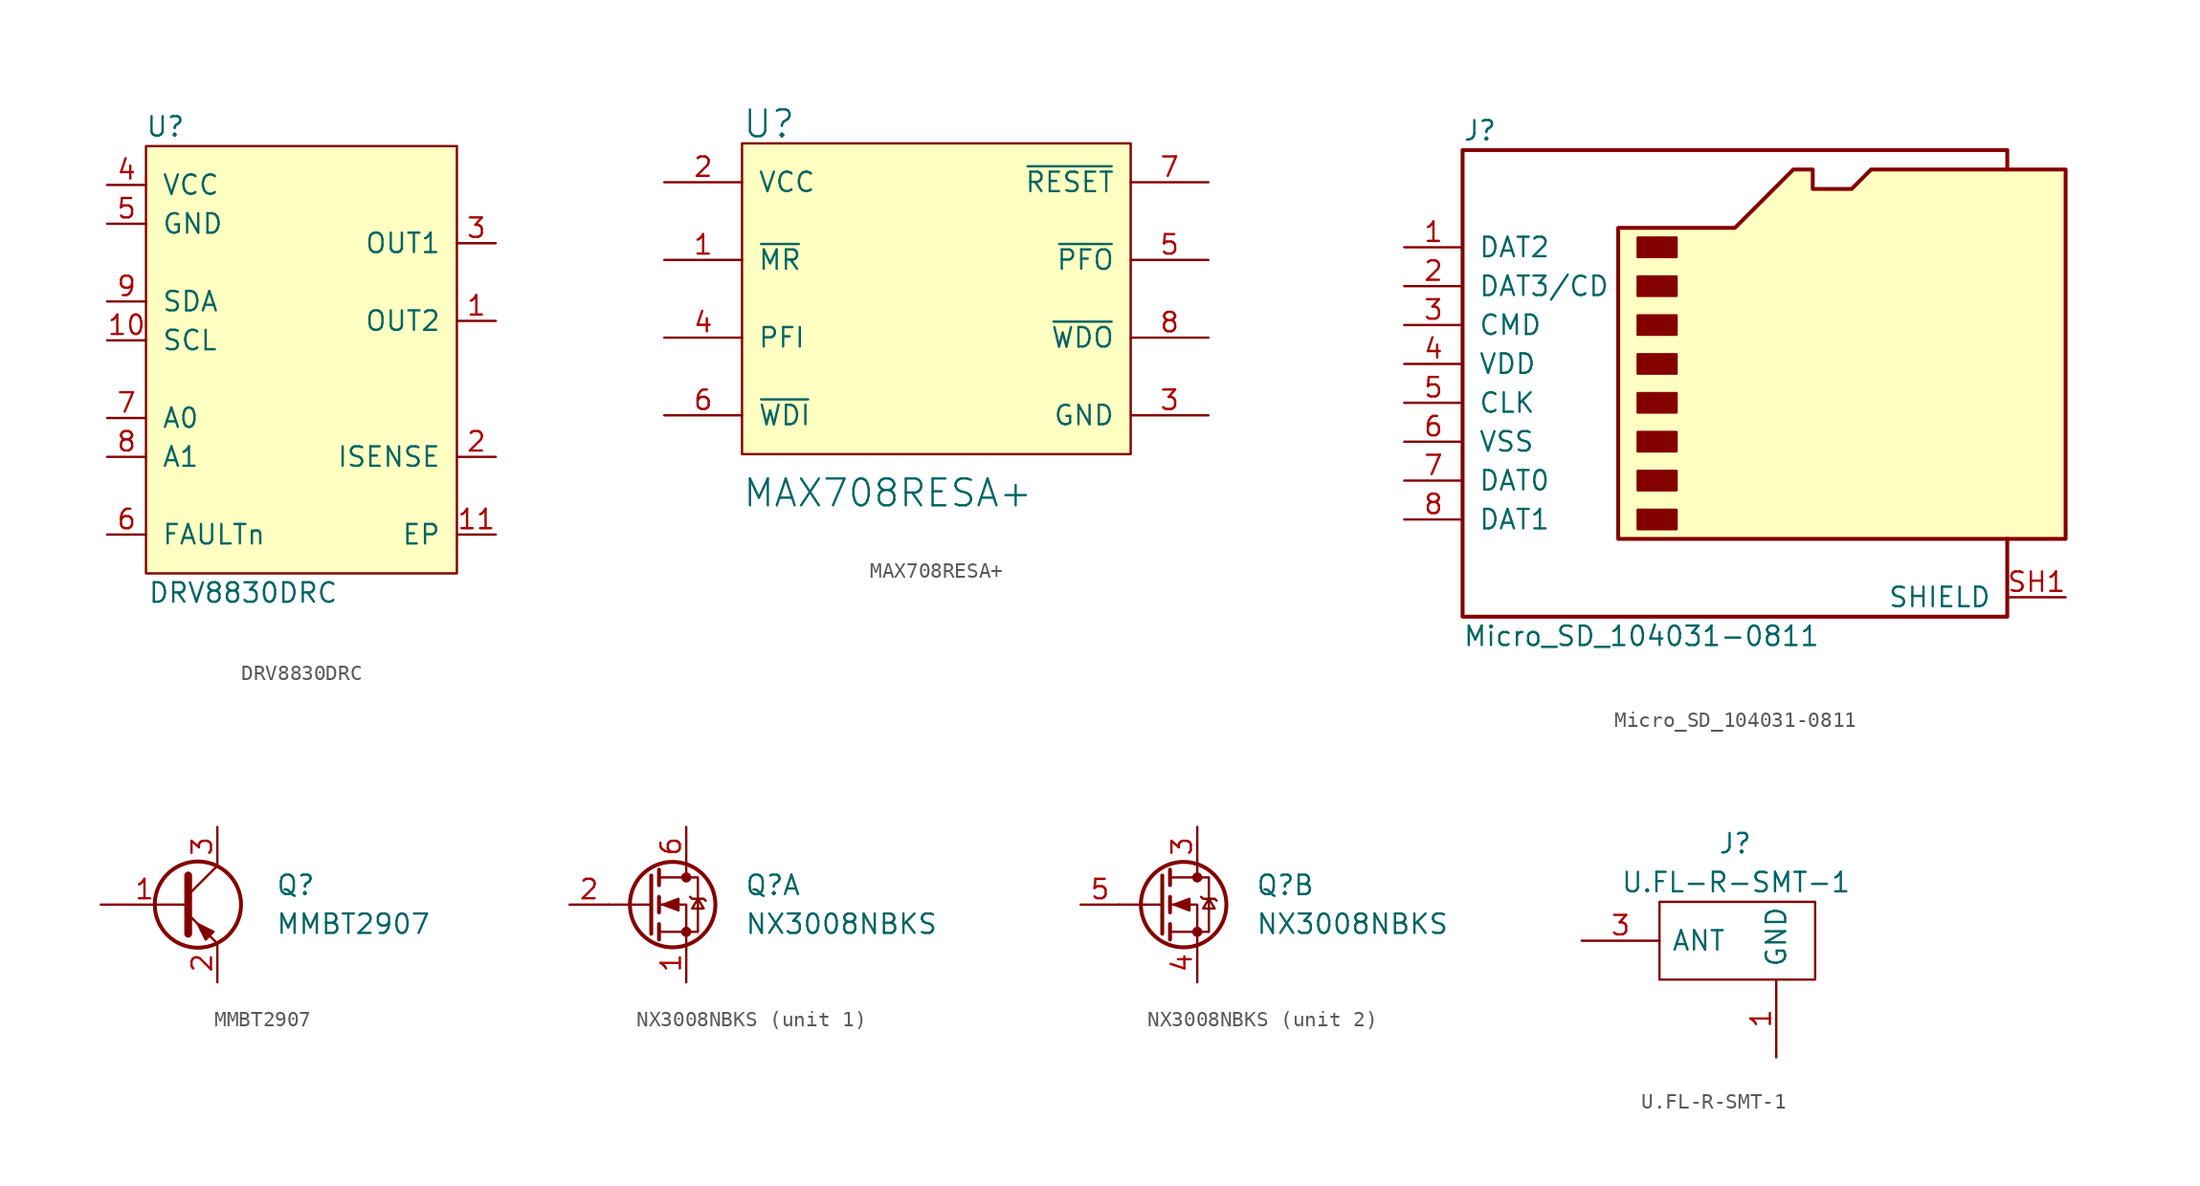
<source format=kicad_sym>
(kicad_symbol_lib
  (version 20220914)
  (generator kicad_symbol_editor)
  (symbol "DRV8830DRC"
    (pin_names
      (offset 1.016))
    (property "Reference" "U"
      (at -8.89 15.24 0)
      (effects (font (size 1.27 1.27))))
    (property "Value" "DRV8830DRC"
      (at -3.81 -15.24 0)
      (effects (font (size 1.27 1.27))))
    (symbol "DRV8830DRC_0_1"
      (rectangle (start -10.16 13.97) (end 10.16 -13.97) (stroke (width 0) (type default)) (fill (type background))))
    (symbol "DRV8830DRC_1_1"
      (pin passive line (at 12.7 2.54 180) (length 2.54) (name "OUT2" (effects (font (size 1.27 1.27)))) (number "1" (effects (font (size 1.27 1.27)))))
      (pin passive line (at -12.7 1.27 0) (length 2.54) (name "SCL" (effects (font (size 1.27 1.27)))) (number "10" (effects (font (size 1.27 1.27)))))
      (pin power_in line (at 12.7 -11.43 180) (length 2.54) (name "EP" (effects (font (size 1.27 1.27)))) (number "11" (effects (font (size 1.27 1.27)))))
      (pin passive line (at 12.7 -6.35 180) (length 2.54) (name "ISENSE" (effects (font (size 1.27 1.27)))) (number "2" (effects (font (size 1.27 1.27)))))
      (pin passive line (at 12.7 7.62 180) (length 2.54) (name "OUT1" (effects (font (size 1.27 1.27)))) (number "3" (effects (font (size 1.27 1.27)))))
      (pin power_in line (at -12.7 11.43 0) (length 2.54) (name "VCC" (effects (font (size 1.27 1.27)))) (number "4" (effects (font (size 1.27 1.27)))))
      (pin power_in line (at -12.7 8.89 0) (length 2.54) (name "GND" (effects (font (size 1.27 1.27)))) (number "5" (effects (font (size 1.27 1.27)))))
      (pin open_collector line (at -12.7 -11.43 0) (length 2.54) (name "FAULTn" (effects (font (size 1.27 1.27)))) (number "6" (effects (font (size 1.27 1.27)))))
      (pin passive line (at -12.7 -3.81 0) (length 2.54) (name "A0" (effects (font (size 1.27 1.27)))) (number "7" (effects (font (size 1.27 1.27)))))
      (pin passive line (at -12.7 -6.35 0) (length 2.54) (name "A1" (effects (font (size 1.27 1.27)))) (number "8" (effects (font (size 1.27 1.27)))))
      (pin passive line (at -12.7 3.81 0) (length 2.54) (name "SDA" (effects (font (size 1.27 1.27)))) (number "9" (effects (font (size 1.27 1.27)))))))
  (symbol "MAX708RESA+"
    (pin_names
      (offset 1.016))
    (property "Reference" "U"
      (at -12.7 11.43 0)
      (effects (font (size 1.753 1.753)) (justify left)))
    (property "Value" "MAX708RESA+"
      (at -12.7 -12.7 0)
      (effects (font (size 1.753 1.753)) (justify left)))
    (symbol "MAX708RESA+_1_0"
      (rectangle (start -12.7 10.16) (end 12.7 -10.16) (stroke (width 0) (type default)) (fill (type background)))
      (pin input line (at -17.78 2.54 0) (length 5.08) (name "~{MR}" (effects (font (size 1.27 1.27)))) (number "1" (effects (font (size 1.27 1.27)))))
      (pin power_in line (at -17.78 7.62 0) (length 5.08) (name "VCC" (effects (font (size 1.27 1.27)))) (number "2" (effects (font (size 1.27 1.27)))))
      (pin power_in line (at 17.78 -7.62 180) (length 5.08) (name "GND" (effects (font (size 1.27 1.27)))) (number "3" (effects (font (size 1.27 1.27)))))
      (pin input line (at -17.78 -2.54 0) (length 5.08) (name "PFI" (effects (font (size 1.27 1.27)))) (number "4" (effects (font (size 1.27 1.27)))))
      (pin output line (at 17.78 2.54 180) (length 5.08) (name "~{PFO}" (effects (font (size 1.27 1.27)))) (number "5" (effects (font (size 1.27 1.27)))))
      (pin input line (at -17.78 -7.62 0) (length 5.08) (name "~{WDI}" (effects (font (size 1.27 1.27)))) (number "6" (effects (font (size 1.27 1.27)))))
      (pin output line (at 17.78 7.62 180) (length 5.08) (name "~{RESET}" (effects (font (size 1.27 1.27)))) (number "7" (effects (font (size 1.27 1.27)))))
      (pin output line (at 17.78 -2.54 180) (length 5.08) (name "~{WDO}" (effects (font (size 1.27 1.27)))) (number "8" (effects (font (size 1.27 1.27)))))))
  (symbol "Micro_SD_104031-0811"
    (pin_names
      (offset 1.016))
    (property "Reference" "J"
      (at -19.05 15.24 0)
      (effects (font (size 1.27 1.27)) (justify left)))
    (property "Value" "Micro_SD_104031-0811"
      (at -19.05 -17.78 0)
      (effects (font (size 1.27 1.27)) (justify left)))
    (symbol "Micro_SD_104031-0811_0_1"
      (rectangle (start -7.62 -9.525) (end -5.08 -10.795) (stroke (width 0) (type default)) (fill (type outline)))
      (rectangle (start -7.62 -6.985) (end -5.08 -8.255) (stroke (width 0) (type default)) (fill (type outline)))
      (rectangle (start -7.62 -4.445) (end -5.08 -5.715) (stroke (width 0) (type default)) (fill (type outline)))
      (rectangle (start -7.62 -1.905) (end -5.08 -3.175) (stroke (width 0) (type default)) (fill (type outline)))
      (rectangle (start -7.62 0.635) (end -5.08 -0.635) (stroke (width 0) (type default)) (fill (type outline)))
      (rectangle (start -7.62 3.175) (end -5.08 1.905) (stroke (width 0) (type default)) (fill (type outline)))
      (rectangle (start -7.62 5.715) (end -5.08 4.445) (stroke (width 0) (type default)) (fill (type outline)))
      (rectangle (start -7.62 8.255) (end -5.08 6.985) (stroke (width 0) (type default)) (fill (type outline)))
      (polyline (pts (xy 16.51 12.7) (xy 16.51 13.97) (xy -19.05 13.97) (xy -19.05 -16.51) (xy 16.51 -16.51) (xy 16.51 -11.43)) (stroke (width 0.254) (type default)) (fill (type none)))
      (polyline (pts (xy -8.89 -11.43) (xy -8.89 8.89) (xy -1.27 8.89) (xy 2.54 12.7) (xy 3.81 12.7) (xy 3.81 11.43) (xy 6.35 11.43) (xy 7.62 12.7) (xy 20.32 12.7) (xy 20.32 -11.43) (xy -8.89 -11.43)) (stroke (width 0.254) (type default)) (fill (type background))))
    (symbol "Micro_SD_104031-0811_1_1"
      (pin bidirectional line (at -22.86 7.62 0) (length 3.81) (name "DAT2" (effects (font (size 1.27 1.27)))) (number "1" (effects (font (size 1.27 1.27)))))
      (pin bidirectional line (at -22.86 5.08 0) (length 3.81) (name "DAT3/CD" (effects (font (size 1.27 1.27)))) (number "2" (effects (font (size 1.27 1.27)))))
      (pin input line (at -22.86 2.54 0) (length 3.81) (name "CMD" (effects (font (size 1.27 1.27)))) (number "3" (effects (font (size 1.27 1.27)))))
      (pin power_in line (at -22.86 0 0) (length 3.81) (name "VDD" (effects (font (size 1.27 1.27)))) (number "4" (effects (font (size 1.27 1.27)))))
      (pin input line (at -22.86 -2.54 0) (length 3.81) (name "CLK" (effects (font (size 1.27 1.27)))) (number "5" (effects (font (size 1.27 1.27)))))
      (pin power_in line (at -22.86 -5.08 0) (length 3.81) (name "VSS" (effects (font (size 1.27 1.27)))) (number "6" (effects (font (size 1.27 1.27)))))
      (pin bidirectional line (at -22.86 -7.62 0) (length 3.81) (name "DAT0" (effects (font (size 1.27 1.27)))) (number "7" (effects (font (size 1.27 1.27)))))
      (pin bidirectional line (at -22.86 -10.16 0) (length 3.81) (name "DAT1" (effects (font (size 1.27 1.27)))) (number "8" (effects (font (size 1.27 1.27)))))
      (pin passive line (at 20.32 -15.24 180) (length 3.81) (name "SHIELD" (effects (font (size 1.27 1.27)))) (number "SH1" (effects (font (size 1.27 1.27)))))))
  (symbol "MMBT2907"
    (pin_names
      (offset 0) hide)
    (property "Reference" "Q"
      (at 6.35 1.27 0)
      (effects (font (size 1.27 1.27)) (justify left)))
    (property "Value" "MMBT2907"
      (at 11.43 -1.27 0)
      (effects (font (size 1.27 1.27))))
    (symbol "MMBT2907_0_1"
      (polyline (pts (xy 0.635 0.635) (xy 2.54 2.54)) (stroke (width 0) (type default)) (fill (type none)))
      (polyline (pts (xy 0.635 -0.635) (xy 2.54 -2.54) (xy 2.54 -2.54)) (stroke (width 0) (type default)) (fill (type none)))
      (polyline (pts (xy 0.635 1.905) (xy 0.635 -1.905) (xy 0.635 -1.905)) (stroke (width 0.508) (type default)) (fill (type none)))
      (polyline (pts (xy 2.286 -1.778) (xy 1.778 -2.286) (xy 1.27 -1.27) (xy 2.286 -1.778) (xy 2.286 -1.778)) (stroke (width 0) (type default)) (fill (type outline)))
      (circle (center 1.27 0) (radius 2.819) (stroke (width 0.254) (type default)) (fill (type none))))
    (symbol "MMBT2907_1_1"
      (pin input line (at -5.08 0 0) (length 5.715) (name "B" (effects (font (size 1.27 1.27)))) (number "1" (effects (font (size 1.27 1.27)))))
      (pin passive line (at 2.54 -5.08 90) (length 2.54) (name "E" (effects (font (size 1.27 1.27)))) (number "2" (effects (font (size 1.27 1.27)))))
      (pin passive line (at 2.54 5.08 270) (length 2.54) (name "C" (effects (font (size 1.27 1.27)))) (number "3" (effects (font (size 1.27 1.27)))))))
  (symbol "NX3008NBKS"
    (pin_names
      (offset 0.762) hide)
    (property "Reference" "Q"
      (at 5.08 1.27 0)
      (effects (font (size 1.27 1.27)) (justify left)))
    (property "Value" "NX3008NBKS"
      (at 5.08 -1.27 0)
      (effects (font (size 1.27 1.27)) (justify left)))
    (property "ki_locked" ""
      (at 0 0 0)
      (effects (font (size 1.27 1.27))))
    (symbol "NX3008NBKS_1_1"
      (polyline (pts (xy -1.016 0) (xy -3.81 0)) (stroke (width 0) (type default)) (fill (type none)))
      (polyline (pts (xy -1.016 1.905) (xy -1.016 -1.905)) (stroke (width 0.254) (type default)) (fill (type none)))
      (polyline (pts (xy -0.508 -1.27) (xy -0.508 -2.286)) (stroke (width 0.254) (type default)) (fill (type none)))
      (polyline (pts (xy -0.508 0.508) (xy -0.508 -0.508)) (stroke (width 0.254) (type default)) (fill (type none)))
      (polyline (pts (xy -0.508 2.286) (xy -0.508 1.27)) (stroke (width 0.254) (type default)) (fill (type none)))
      (polyline (pts (xy 1.27 2.54) (xy 1.27 1.778)) (stroke (width 0) (type default)) (fill (type none)))
      (polyline (pts (xy 1.27 -2.54) (xy 1.27 0) (xy -0.508 0)) (stroke (width 0) (type default)) (fill (type none)))
      (polyline (pts (xy -0.508 -1.778) (xy 2.032 -1.778) (xy 2.032 1.778) (xy -0.508 1.778)) (stroke (width 0) (type default)) (fill (type none)))
      (polyline (pts (xy -0.254 0) (xy 0.762 0.381) (xy 0.762 -0.381) (xy -0.254 0)) (stroke (width 0) (type default)) (fill (type outline)))
      (polyline (pts (xy 1.524 0.508) (xy 1.651 0.381) (xy 2.413 0.381) (xy 2.54 0.254)) (stroke (width 0) (type default)) (fill (type none)))
      (polyline (pts (xy 2.032 0.381) (xy 1.651 -0.254) (xy 2.413 -0.254) (xy 2.032 0.381)) (stroke (width 0) (type default)) (fill (type none)))
      (circle (center 0.381 0) (radius 2.794) (stroke (width 0.254) (type default)) (fill (type none)))
      (circle (center 1.27 -1.778) (radius 0.254) (stroke (width 0) (type default)) (fill (type outline)))
      (circle (center 1.27 1.778) (radius 0.254) (stroke (width 0) (type default)) (fill (type outline)))
      (pin passive line (at 1.27 -5.08 90) (length 2.54) (name "S2" (effects (font (size 1.27 1.27)))) (number "1" (effects (font (size 1.27 1.27)))))
      (pin input line (at -6.35 0 0) (length 2.54) (name "G2" (effects (font (size 1.27 1.27)))) (number "2" (effects (font (size 1.27 1.27)))))
      (pin passive line (at 1.27 5.08 270) (length 2.54) (name "D1" (effects (font (size 1.27 1.27)))) (number "6" (effects (font (size 1.27 1.27))))))
    (symbol "NX3008NBKS_2_1"
      (polyline (pts (xy -1.016 0) (xy -3.81 0)) (stroke (width 0) (type default)) (fill (type none)))
      (polyline (pts (xy -1.016 1.905) (xy -1.016 -1.905)) (stroke (width 0.254) (type default)) (fill (type none)))
      (polyline (pts (xy -0.508 -1.27) (xy -0.508 -2.286)) (stroke (width 0.254) (type default)) (fill (type none)))
      (polyline (pts (xy -0.508 0.508) (xy -0.508 -0.508)) (stroke (width 0.254) (type default)) (fill (type none)))
      (polyline (pts (xy -0.508 2.286) (xy -0.508 1.27)) (stroke (width 0.254) (type default)) (fill (type none)))
      (polyline (pts (xy 1.27 2.54) (xy 1.27 1.778)) (stroke (width 0) (type default)) (fill (type none)))
      (polyline (pts (xy 1.27 -2.54) (xy 1.27 0) (xy -0.508 0)) (stroke (width 0) (type default)) (fill (type none)))
      (polyline (pts (xy -0.508 -1.778) (xy 2.032 -1.778) (xy 2.032 1.778) (xy -0.508 1.778)) (stroke (width 0) (type default)) (fill (type none)))
      (polyline (pts (xy -0.254 0) (xy 0.762 0.381) (xy 0.762 -0.381) (xy -0.254 0)) (stroke (width 0) (type default)) (fill (type outline)))
      (polyline (pts (xy 1.524 0.508) (xy 1.651 0.381) (xy 2.413 0.381) (xy 2.54 0.254)) (stroke (width 0) (type default)) (fill (type none)))
      (polyline (pts (xy 2.032 0.381) (xy 1.651 -0.254) (xy 2.413 -0.254) (xy 2.032 0.381)) (stroke (width 0) (type default)) (fill (type none)))
      (circle (center 0.381 0) (radius 2.794) (stroke (width 0.254) (type default)) (fill (type none)))
      (circle (center 1.27 -1.778) (radius 0.254) (stroke (width 0) (type default)) (fill (type outline)))
      (circle (center 1.27 1.778) (radius 0.254) (stroke (width 0) (type default)) (fill (type outline)))
      (pin passive line (at 1.27 5.08 270) (length 2.54) (name "D2" (effects (font (size 1.27 1.27)))) (number "3" (effects (font (size 1.27 1.27)))))
      (pin passive line (at 1.27 -5.08 90) (length 2.54) (name "S1" (effects (font (size 1.27 1.27)))) (number "4" (effects (font (size 1.27 1.27)))))
      (pin input line (at -6.35 0 0) (length 2.54) (name "G1" (effects (font (size 1.27 1.27)))) (number "5" (effects (font (size 1.27 1.27)))))))
  (symbol "U.FL-R-SMT-1"
    (pin_names
      (offset 0.762))
    (property "Reference" "J"
      (at -1.27 6.35 0)
      (effects (font (size 1.27 1.27)) (justify left)))
    (property "Value" "U.FL-R-SMT-1"
      (at -7.62 3.81 0)
      (effects (font (size 1.27 1.27)) (justify left)))
    (symbol "U.FL-R-SMT-1_0_0"
      (pin unspecified line (at 2.54 -7.62 90) (length 5.08) (name "GND" (effects (font (size 1.27 1.27)))) (number "1" (effects (font (size 1.27 1.27)))))
      (pin unspecified line (at 2.54 -7.62 90) (length 5.08) hide (name "2" (effects (font (size 1.27 1.27)))) (number "2" (effects (font (size 1.27 1.27)))))
      (pin unspecified line (at -10.16 0 0) (length 5.08) (name "ANT" (effects (font (size 1.27 1.27)))) (number "3" (effects (font (size 1.27 1.27))))))
    (symbol "U.FL-R-SMT-1_0_1"
      (polyline (pts (xy -5.08 2.54) (xy 5.08 2.54) (xy 5.08 -2.54) (xy -5.08 -2.54) (xy -5.08 2.54)) (stroke (width 0.152) (type default)) (fill (type none))))))
</source>
